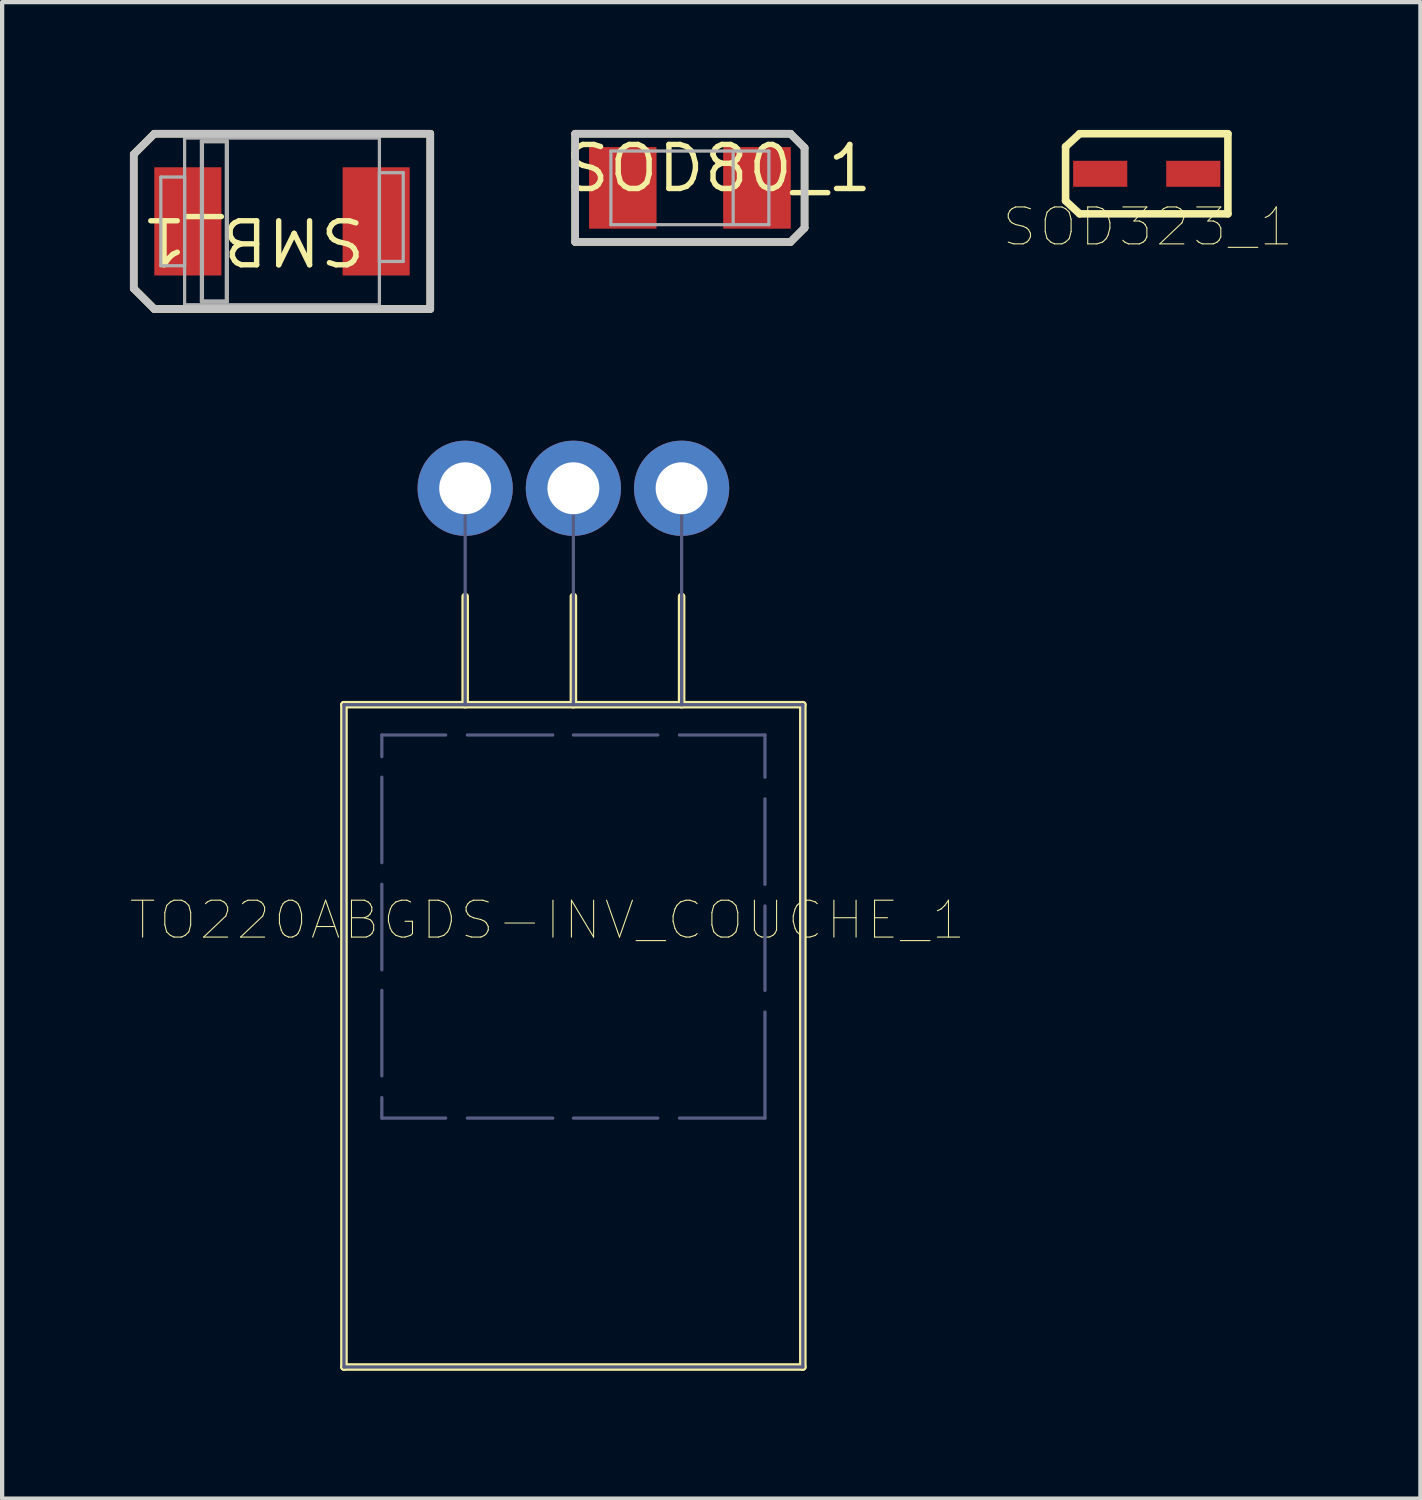
<source format=kicad_pcb>
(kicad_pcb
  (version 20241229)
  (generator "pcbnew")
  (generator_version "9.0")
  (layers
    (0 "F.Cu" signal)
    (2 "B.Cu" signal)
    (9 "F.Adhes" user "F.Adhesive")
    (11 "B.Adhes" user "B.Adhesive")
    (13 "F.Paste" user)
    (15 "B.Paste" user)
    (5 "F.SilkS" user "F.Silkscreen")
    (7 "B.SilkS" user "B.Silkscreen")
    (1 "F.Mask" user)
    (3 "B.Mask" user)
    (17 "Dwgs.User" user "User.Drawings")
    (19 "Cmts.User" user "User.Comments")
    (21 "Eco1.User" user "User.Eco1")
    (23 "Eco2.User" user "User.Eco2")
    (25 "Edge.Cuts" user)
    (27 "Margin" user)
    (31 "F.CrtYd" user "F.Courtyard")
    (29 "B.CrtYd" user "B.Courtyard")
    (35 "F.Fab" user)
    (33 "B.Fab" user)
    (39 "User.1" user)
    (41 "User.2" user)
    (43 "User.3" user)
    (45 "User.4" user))
  (footprint "TO220ABGDS-INV_COUCHE_1"
    (layer "F.Cu")
    (at 10.408 26.19)
    (property "Reference" "TO220ABGDS-INV_COUCHE_1" (at -0.61 -7.645 0) (unlocked yes) (layer "F.SilkS") (effects (font (size 0.866 0.911) (thickness 0.025))))
    (attr smd)
    (fp_line (start -5.385 -12.7) (end -5.385 2.845) (stroke (width 0.178) (type solid)) (layer "F.SilkS"))
    (fp_line (start -2.54 -15.24) (end -2.54 -12.7) (stroke (width 0.178) (type solid)) (layer "F.SilkS"))
    (fp_line (start 0 -15.24) (end 0 -12.7) (stroke (width 0.178) (type solid)) (layer "F.SilkS"))
    (fp_line (start 2.54 -15.24) (end 2.54 -12.7) (stroke (width 0.178) (type solid)) (layer "F.SilkS"))
    (fp_line (start 5.385 -12.7) (end -5.385 -12.7) (stroke (width 0.178) (type solid)) (layer "F.SilkS"))
    (fp_line (start 5.385 -12.7) (end 5.385 2.845) (stroke (width 0.178) (type solid)) (layer "F.SilkS"))
    (fp_line (start 5.385 2.845) (end -5.385 2.845) (stroke (width 0.178) (type solid)) (layer "F.SilkS"))
    (fp_line (start -5.385 -12.7) (end -5.385 2.845) (stroke (width 0.076) (type solid)) (layer "B.Fab"))
    (fp_line (start -4.496 -11.989) (end -4.496 -11.481) (stroke (width 0.076) (type solid)) (layer "B.Fab"))
    (fp_line (start -4.496 -10.998) (end -4.496 -8.992) (stroke (width 0.076) (type solid)) (layer "B.Fab"))
    (fp_line (start -4.496 -8.484) (end -4.496 -6.477) (stroke (width 0.076) (type solid)) (layer "B.Fab"))
    (fp_line (start -4.496 -5.994) (end -4.496 -3.988) (stroke (width 0.076) (type solid)) (layer "B.Fab"))
    (fp_line (start -4.496 -3.48) (end -4.496 -2.997) (stroke (width 0.076) (type solid)) (layer "B.Fab"))
    (fp_line (start -2.997 -11.989) (end -4.496 -11.989) (stroke (width 0.076) (type solid)) (layer "B.Fab"))
    (fp_line (start -2.997 -2.997) (end -4.496 -2.997) (stroke (width 0.076) (type solid)) (layer "B.Fab"))
    (fp_line (start -2.54 -17.145) (end -2.54 -12.7) (stroke (width 0.076) (type solid)) (layer "B.Fab"))
    (fp_line (start -0.483 -11.989) (end -2.489 -11.989) (stroke (width 0.076) (type solid)) (layer "B.Fab"))
    (fp_line (start -0.483 -2.997) (end -2.489 -2.997) (stroke (width 0.076) (type solid)) (layer "B.Fab"))
    (fp_line (start 0 -17.145) (end 0 -12.7) (stroke (width 0.076) (type solid)) (layer "B.Fab"))
    (fp_line (start 1.981 -11.989) (end 0 -11.989) (stroke (width 0.076) (type solid)) (layer "B.Fab"))
    (fp_line (start 1.981 -2.997) (end 0 -2.997) (stroke (width 0.076) (type solid)) (layer "B.Fab"))
    (fp_line (start 2.54 -17.145) (end 2.54 -12.7) (stroke (width 0.076) (type solid)) (layer "B.Fab"))
    (fp_line (start 2.54 -15.24) (end 2.54 -12.7) (stroke (width 0.076) (type solid)) (layer "B.Fab"))
    (fp_line (start 4.496 -11.989) (end 2.489 -11.989) (stroke (width 0.076) (type solid)) (layer "B.Fab"))
    (fp_line (start 4.496 -11.989) (end 4.496 -10.998) (stroke (width 0.076) (type solid)) (layer "B.Fab"))
    (fp_line (start 4.496 -10.49) (end 4.496 -8.484) (stroke (width 0.076) (type solid)) (layer "B.Fab"))
    (fp_line (start 4.496 -7.976) (end 4.496 -5.994) (stroke (width 0.076) (type solid)) (layer "B.Fab"))
    (fp_line (start 4.496 -5.486) (end 4.496 -2.997) (stroke (width 0.076) (type solid)) (layer "B.Fab"))
    (fp_line (start 4.496 -2.997) (end 2.489 -2.997) (stroke (width 0.076) (type solid)) (layer "B.Fab"))
    (fp_line (start 5.385 -12.7) (end -5.385 -12.7) (stroke (width 0.076) (type solid)) (layer "B.Fab"))
    (fp_line (start 5.385 -12.7) (end 5.385 2.845) (stroke (width 0.076) (type solid)) (layer "B.Fab"))
    (fp_line (start 5.385 2.845) (end -5.385 2.845) (stroke (width 0.076) (type solid)) (layer "B.Fab"))
    (pad "D" thru_hole circle (at 0 -17.78) (size 2.235 2.235) (drill 1.219) (layers "*.Cu" "*.Mask"))
    (pad "G" thru_hole circle (at -2.54 -17.78) (size 2.235 2.235) (drill 1.219) (layers "*.Cu" "*.Mask"))
    (pad "S" thru_hole circle (at 2.54 -17.78) (size 2.235 2.235) (drill 1.219) (layers "*.Cu" "*.Mask")))
  (footprint "SOD323_1"
    (layer "F.Cu")
    (at 23.865 1.029)
    (property "Reference" "SOD323_1" (at 0.025 1.245 0) (unlocked yes) (layer "F.SilkS") (effects (font (size 0.866 0.911) (thickness 0.025))))
    (attr smd)
    (fp_line (start -1.905 -0.635) (end -1.575 -0.94) (stroke (width 0.178) (type solid)) (layer "F.SilkS"))
    (fp_line (start -1.905 0.635) (end -1.905 -0.635) (stroke (width 0.178) (type solid)) (layer "F.SilkS"))
    (fp_line (start -1.905 0.635) (end -1.575 0.94) (stroke (width 0.178) (type solid)) (layer "F.SilkS"))
    (fp_line (start -1.575 -0.94) (end 1.905 -0.94) (stroke (width 0.178) (type solid)) (layer "F.SilkS"))
    (fp_line (start -1.575 0.94) (end 1.905 0.94) (stroke (width 0.178) (type solid)) (layer "F.SilkS"))
    (fp_line (start 1.905 0.94) (end 1.905 -0.94) (stroke (width 0.178) (type solid)) (layer "F.SilkS"))
    (pad "A" smd rect (at 1.092 0) (size 1.27 0.61) (layers "F.Cu" "F.Mask" "F.Paste"))
    (pad "K" smd rect (at -1.092 0) (size 1.27 0.61) (layers "F.Cu" "F.Mask" "F.Paste")))
  (footprint "SMB_1"
    (layer "F.Cu")
    (at 3.569 2.146)
    (property "Reference" "SMB_1" (at -0.673 0.457 180) (unlocked yes) (layer "F.SilkS") (effects (font (size 1.033 1.087) (thickness 0.127))))
    (attr smd)
    (fp_line (start -3.48 -1.575) (end -2.997 -2.057) (stroke (width 0.178) (type solid)) (layer "F.SilkS"))
    (fp_line (start -3.48 1.575) (end -3.48 -1.575) (stroke (width 0.178) (type solid)) (layer "F.SilkS"))
    (fp_line (start -3.48 1.575) (end -2.997 2.057) (stroke (width 0.178) (type solid)) (layer "F.SilkS"))
    (fp_line (start -2.997 -2.057) (end 3.48 -2.057) (stroke (width 0.178) (type solid)) (layer "F.SilkS"))
    (fp_line (start -2.997 2.057) (end 3.48 2.057) (stroke (width 0.178) (type solid)) (layer "F.SilkS"))
    (fp_line (start 3.48 2.057) (end 3.48 -2.057) (stroke (width 0.178) (type solid)) (layer "F.SilkS"))
    (fp_line (start -3.48 -1.575) (end -2.997 -2.057) (stroke (width 0.178) (type solid)) (layer "Dwgs.User"))
    (fp_line (start -3.48 1.575) (end -3.48 -1.575) (stroke (width 0.178) (type solid)) (layer "Dwgs.User"))
    (fp_line (start -3.48 1.575) (end -2.997 2.057) (stroke (width 0.178) (type solid)) (layer "Dwgs.User"))
    (fp_line (start -2.997 -2.057) (end 3.48 -2.057) (stroke (width 0.178) (type solid)) (layer "Dwgs.User"))
    (fp_line (start -2.997 2.057) (end 3.48 2.057) (stroke (width 0.178) (type solid)) (layer "Dwgs.User"))
    (fp_line (start 3.48 2.057) (end 3.48 -2.057) (stroke (width 0.178) (type solid)) (layer "Dwgs.User"))
    (fp_line (start -2.845 -1.041) (end -2.286 -1.041) (stroke (width 0.076) (type solid)) (layer "F.Fab"))
    (fp_line (start -2.845 1.041) (end -2.845 -1.041) (stroke (width 0.076) (type solid)) (layer "F.Fab"))
    (fp_line (start -2.845 1.041) (end -2.286 1.041) (stroke (width 0.076) (type solid)) (layer "F.Fab"))
    (fp_line (start -2.286 -1.956) (end 2.286 -1.956) (stroke (width 0.076) (type solid)) (layer "F.Fab"))
    (fp_line (start -2.286 1.041) (end -2.286 -1.041) (stroke (width 0.076) (type solid)) (layer "F.Fab"))
    (fp_line (start -2.286 1.956) (end -2.286 -1.956) (stroke (width 0.076) (type solid)) (layer "F.Fab"))
    (fp_line (start -2.286 1.956) (end 2.286 1.956) (stroke (width 0.076) (type solid)) (layer "F.Fab"))
    (fp_line (start -1.88 -1.88) (end -1.295 -1.88) (stroke (width 0.1) (type solid)) (layer "F.Fab"))
    (fp_line (start -1.88 1.88) (end -1.88 -1.88) (stroke (width 0.1) (type solid)) (layer "F.Fab"))
    (fp_line (start -1.88 1.88) (end -1.295 1.88) (stroke (width 0.1) (type solid)) (layer "F.Fab"))
    (fp_line (start -1.295 1.88) (end -1.295 -1.88) (stroke (width 0.1) (type solid)) (layer "F.Fab"))
    (fp_line (start 2.286 -1.143) (end 2.845 -1.143) (stroke (width 0.076) (type solid)) (layer "F.Fab"))
    (fp_line (start 2.286 0.94) (end 2.286 -1.143) (stroke (width 0.076) (type solid)) (layer "F.Fab"))
    (fp_line (start 2.286 0.94) (end 2.845 0.94) (stroke (width 0.076) (type solid)) (layer "F.Fab"))
    (fp_line (start 2.286 1.956) (end 2.286 -1.956) (stroke (width 0.076) (type solid)) (layer "F.Fab"))
    (fp_line (start 2.845 0.94) (end 2.845 -1.143) (stroke (width 0.076) (type solid)) (layer "F.Fab"))
    (pad "A" smd rect (at 2.21 0) (size 1.575 2.54) (layers "F.Cu" "F.Mask" "F.Paste"))
    (pad "K" smd rect (at -2.21 0) (size 1.575 2.54) (layers "F.Cu" "F.Mask" "F.Paste")))
  (footprint "SOD80_1"
    (layer "F.Cu")
    (at 13.142 1.359)
    (property "Reference" "SOD80_1" (at 0.673 -0.457 0) (unlocked yes) (layer "F.SilkS") (effects (font (size 1.033 1.087) (thickness 0.127))))
    (attr smd)
    (fp_line (start -2.692 -1.27) (end 2.362 -1.27) (stroke (width 0.178) (type solid)) (layer "F.SilkS"))
    (fp_line (start -2.692 1.27) (end -2.692 -1.27) (stroke (width 0.178) (type solid)) (layer "F.SilkS"))
    (fp_line (start -2.692 1.27) (end 2.362 1.27) (stroke (width 0.178) (type solid)) (layer "F.SilkS"))
    (fp_line (start 2.362 -1.27) (end 2.692 -0.94) (stroke (width 0.178) (type solid)) (layer "F.SilkS"))
    (fp_line (start 2.362 1.27) (end 2.692 0.94) (stroke (width 0.178) (type solid)) (layer "F.SilkS"))
    (fp_line (start 2.692 0.94) (end 2.692 -0.94) (stroke (width 0.178) (type solid)) (layer "F.SilkS"))
    (fp_line (start -2.692 -1.27) (end 2.362 -1.27) (stroke (width 0.178) (type solid)) (layer "Dwgs.User"))
    (fp_line (start -2.692 1.27) (end -2.692 -1.27) (stroke (width 0.178) (type solid)) (layer "Dwgs.User"))
    (fp_line (start -2.692 1.27) (end 2.362 1.27) (stroke (width 0.178) (type solid)) (layer "Dwgs.User"))
    (fp_line (start 2.362 -1.27) (end 2.692 -0.94) (stroke (width 0.178) (type solid)) (layer "Dwgs.User"))
    (fp_line (start 2.362 1.27) (end 2.692 0.94) (stroke (width 0.178) (type solid)) (layer "Dwgs.User"))
    (fp_line (start 2.692 0.94) (end 2.692 -0.94) (stroke (width 0.178) (type solid)) (layer "Dwgs.User"))
    (fp_line (start -1.854 -0.864) (end 1.854 -0.864) (stroke (width 0.076) (type solid)) (layer "F.Fab"))
    (fp_line (start -1.854 0.864) (end -1.854 -0.864) (stroke (width 0.076) (type solid)) (layer "F.Fab"))
    (fp_line (start -1.854 0.864) (end 1.854 0.864) (stroke (width 0.076) (type solid)) (layer "F.Fab"))
    (fp_line (start 1.016 0.864) (end 1.016 -0.864) (stroke (width 0.076) (type solid)) (layer "F.Fab"))
    (fp_line (start 1.854 0.864) (end 1.854 -0.864) (stroke (width 0.076) (type solid)) (layer "F.Fab"))
    (pad "1" smd rect (at -1.575 0) (size 1.575 1.905) (layers "F.Cu" "F.Mask" "F.Paste"))
    (pad "2" smd rect (at 1.575 0) (size 1.575 1.905) (layers "F.Cu" "F.Mask" "F.Paste"))
    (pad "A" smd rect (at -1.575 0) (size 1.575 1.905) (layers "F.Cu" "F.Mask" "F.Paste"))
    (pad "K" smd rect (at 1.575 0) (size 1.575 1.905) (layers "F.Cu" "F.Mask" "F.Paste")))
  (gr_rect
    (start -3 -3)
    (end 30.288 32.124)
    (stroke (width 0.1) (type default))
    (fill no)
    (layer "Edge.Cuts")))
</source>
